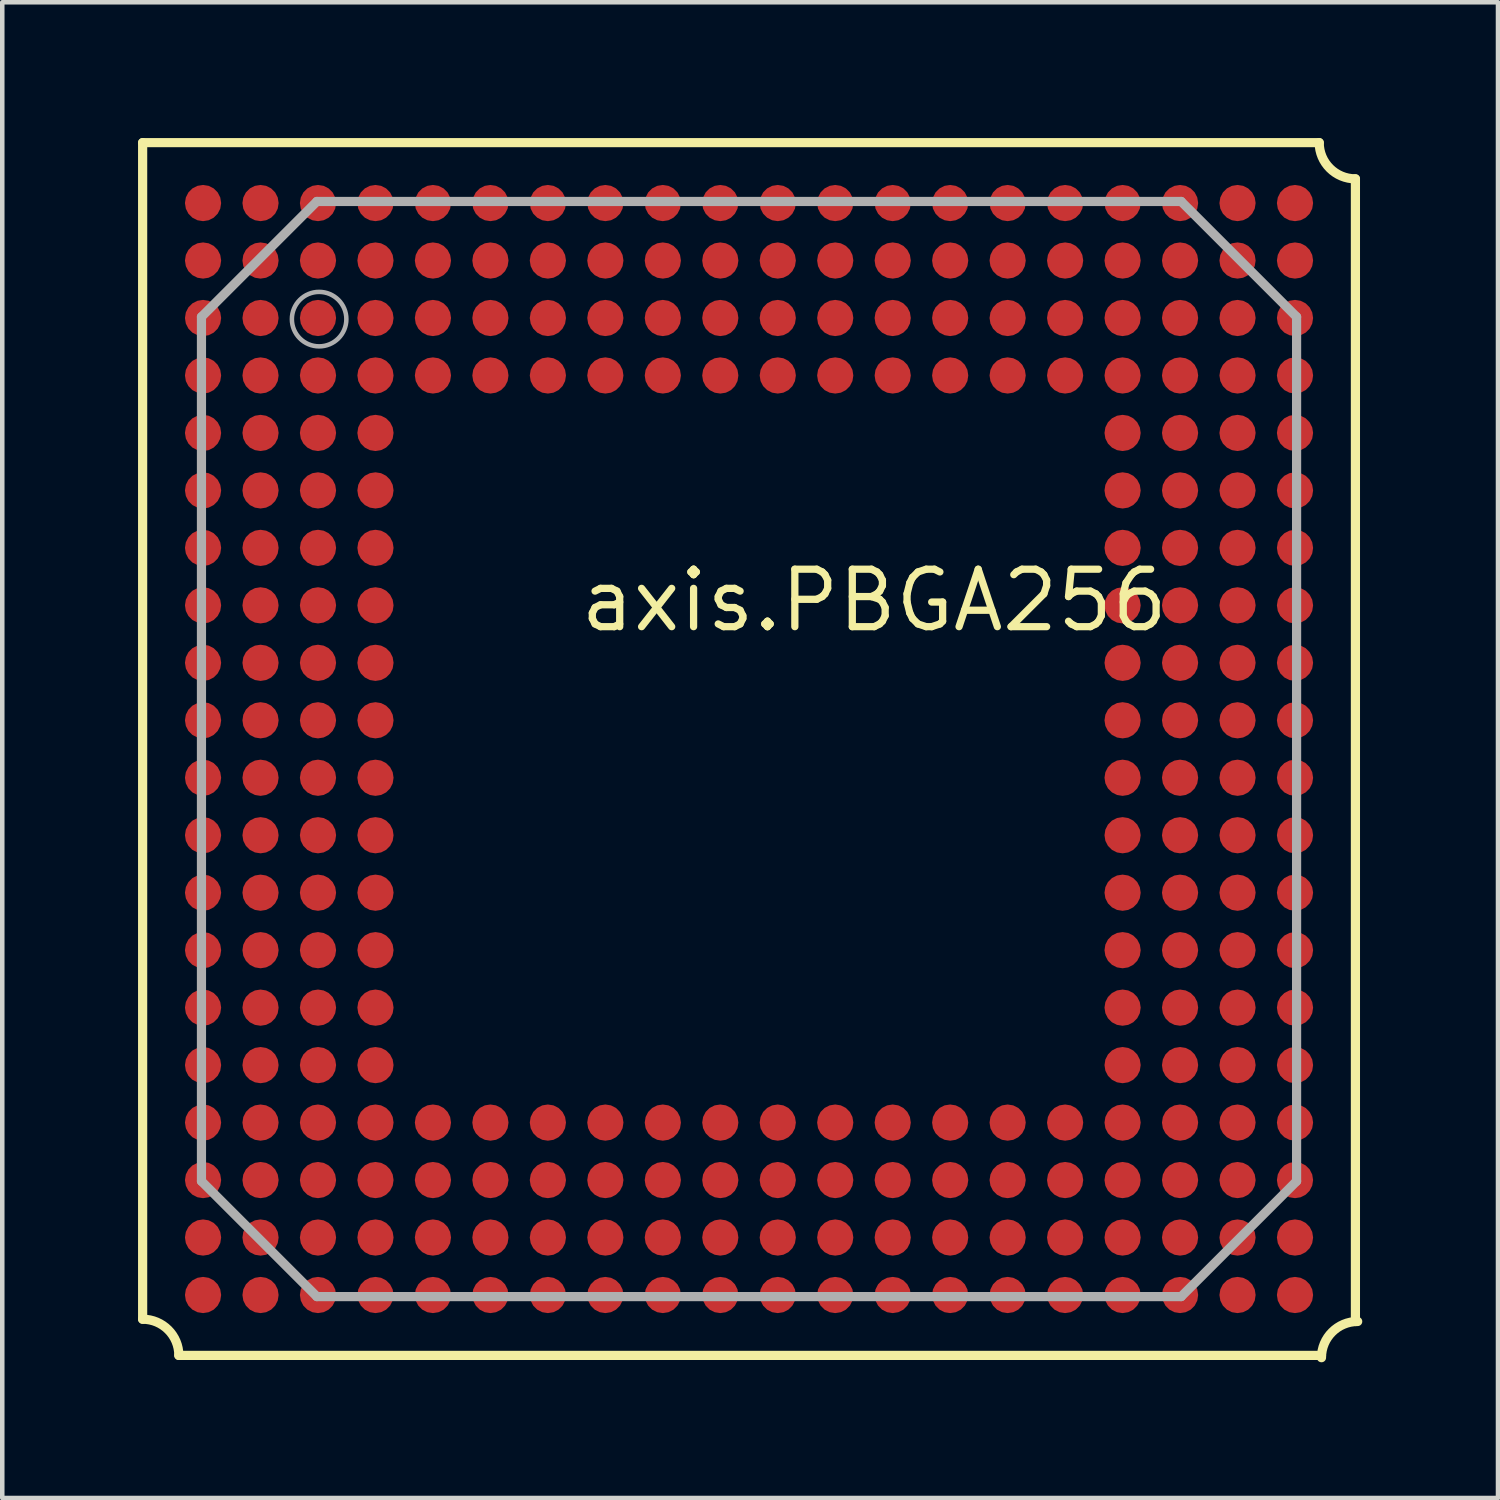
<source format=kicad_pcb>
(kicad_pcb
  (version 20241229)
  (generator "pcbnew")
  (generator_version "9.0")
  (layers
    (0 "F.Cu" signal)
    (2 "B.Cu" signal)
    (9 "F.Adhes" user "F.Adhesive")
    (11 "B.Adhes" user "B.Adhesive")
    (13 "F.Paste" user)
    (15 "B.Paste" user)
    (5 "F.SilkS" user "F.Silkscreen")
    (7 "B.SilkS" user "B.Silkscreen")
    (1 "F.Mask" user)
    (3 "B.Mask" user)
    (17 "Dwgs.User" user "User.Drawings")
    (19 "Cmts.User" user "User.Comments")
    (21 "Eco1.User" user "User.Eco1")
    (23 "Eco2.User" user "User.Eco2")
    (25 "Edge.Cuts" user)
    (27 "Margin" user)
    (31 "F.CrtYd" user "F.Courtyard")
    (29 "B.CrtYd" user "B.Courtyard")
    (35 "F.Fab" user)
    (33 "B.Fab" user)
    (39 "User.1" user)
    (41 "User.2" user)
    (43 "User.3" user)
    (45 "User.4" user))
  (footprint "axis.PBGA256"
    (layer "F.Cu")
    (at 13.502 13.502)
    (property "Reference" "axis.PBGA256" (at -3.81 -2.54 0) (layer "F.SilkS") (effects (font (size 1.27 1.27) (thickness 0.16)) (justify left bottom)))
    (attr smd)
    (fp_line (start -13.4 -13.4) (end 12.6 -13.4) (stroke (width 0.203) (type default)) (layer "F.SilkS"))
    (fp_line (start -13.4 12.6) (end -13.4 -13.4) (stroke (width 0.203) (type default)) (layer "F.SilkS"))
    (fp_line (start 12.65 13.4) (end -12.6 13.4) (stroke (width 0.203) (type default)) (layer "F.SilkS"))
    (fp_line (start 13.4 -12.6) (end 13.4 12.65) (stroke (width 0.203) (type default)) (layer "F.SilkS"))
    (fp_arc (start -13.4 12.6) (mid -12.834315 12.834315) (end -12.6 13.4) (stroke (width 0.2032) (type default)) (layer "F.SilkS"))
    (fp_arc (start 12.65 13.45) (mid 12.884315 12.884315) (end 13.45 12.65) (stroke (width 0.2032) (type default)) (layer "F.SilkS"))
    (fp_arc (start 13.4 -12.6) (mid 12.834315 -12.834315) (end 12.6 -13.4) (stroke (width 0.2032) (type default)) (layer "F.SilkS"))
    (fp_line (start -12.1 -9.55) (end -12.1 9.55) (stroke (width 0.203) (type default)) (layer "F.Fab"))
    (fp_line (start -12.1 9.55) (end -9.55 12.1) (stroke (width 0.203) (type default)) (layer "F.Fab"))
    (fp_line (start -9.55 -12.1) (end -12.1 -9.55) (stroke (width 0.203) (type default)) (layer "F.Fab"))
    (fp_line (start -9.55 12.1) (end 9.55 12.1) (stroke (width 0.203) (type default)) (layer "F.Fab"))
    (fp_line (start 9.55 -12.1) (end -9.55 -12.1) (stroke (width 0.203) (type default)) (layer "F.Fab"))
    (fp_line (start 9.55 12.1) (end 12.1 9.55) (stroke (width 0.203) (type default)) (layer "F.Fab"))
    (fp_line (start 12.1 -9.55) (end 9.55 -12.1) (stroke (width 0.203) (type default)) (layer "F.Fab"))
    (fp_line (start 12.1 9.55) (end 12.1 -9.55) (stroke (width 0.203) (type default)) (layer "F.Fab"))
    (fp_circle (center -9.5 -9.5) (end -8.898 -9.5) (stroke (width 0.1) (type default)) (fill no) (layer "F.Fab"))
    (pad "A1" smd roundrect (at -12.065 -12.065) (size 0.8 0.8) (layers "F.Cu" "F.Mask" "F.Paste") (roundrect_rratio 0.5))
    (pad "A2" smd roundrect (at -10.795 -12.065) (size 0.8 0.8) (layers "F.Cu" "F.Mask" "F.Paste") (roundrect_rratio 0.5))
    (pad "A3" smd roundrect (at -9.525 -12.065) (size 0.8 0.8) (layers "F.Cu" "F.Mask" "F.Paste") (roundrect_rratio 0.5))
    (pad "A4" smd roundrect (at -8.255 -12.065) (size 0.8 0.8) (layers "F.Cu" "F.Mask" "F.Paste") (roundrect_rratio 0.5))
    (pad "A5" smd roundrect (at -6.985 -12.065) (size 0.8 0.8) (layers "F.Cu" "F.Mask" "F.Paste") (roundrect_rratio 0.5))
    (pad "A6" smd roundrect (at -5.715 -12.065) (size 0.8 0.8) (layers "F.Cu" "F.Mask" "F.Paste") (roundrect_rratio 0.5))
    (pad "A7" smd roundrect (at -4.445 -12.065) (size 0.8 0.8) (layers "F.Cu" "F.Mask" "F.Paste") (roundrect_rratio 0.5))
    (pad "A8" smd roundrect (at -3.175 -12.065) (size 0.8 0.8) (layers "F.Cu" "F.Mask" "F.Paste") (roundrect_rratio 0.5))
    (pad "A9" smd roundrect (at -1.905 -12.065) (size 0.8 0.8) (layers "F.Cu" "F.Mask" "F.Paste") (roundrect_rratio 0.5))
    (pad "A10" smd roundrect (at -0.635 -12.065) (size 0.8 0.8) (layers "F.Cu" "F.Mask" "F.Paste") (roundrect_rratio 0.5))
    (pad "A11" smd roundrect (at 0.635 -12.065) (size 0.8 0.8) (layers "F.Cu" "F.Mask" "F.Paste") (roundrect_rratio 0.5))
    (pad "A12" smd roundrect (at 1.905 -12.065) (size 0.8 0.8) (layers "F.Cu" "F.Mask" "F.Paste") (roundrect_rratio 0.5))
    (pad "A13" smd roundrect (at 3.175 -12.065) (size 0.8 0.8) (layers "F.Cu" "F.Mask" "F.Paste") (roundrect_rratio 0.5))
    (pad "A14" smd roundrect (at 4.445 -12.065) (size 0.8 0.8) (layers "F.Cu" "F.Mask" "F.Paste") (roundrect_rratio 0.5))
    (pad "A15" smd roundrect (at 5.715 -12.065) (size 0.8 0.8) (layers "F.Cu" "F.Mask" "F.Paste") (roundrect_rratio 0.5))
    (pad "A16" smd roundrect (at 6.985 -12.065) (size 0.8 0.8) (layers "F.Cu" "F.Mask" "F.Paste") (roundrect_rratio 0.5))
    (pad "A17" smd roundrect (at 8.255 -12.065) (size 0.8 0.8) (layers "F.Cu" "F.Mask" "F.Paste") (roundrect_rratio 0.5))
    (pad "A18" smd roundrect (at 9.525 -12.065) (size 0.8 0.8) (layers "F.Cu" "F.Mask" "F.Paste") (roundrect_rratio 0.5))
    (pad "A19" smd roundrect (at 10.795 -12.065) (size 0.8 0.8) (layers "F.Cu" "F.Mask" "F.Paste") (roundrect_rratio 0.5))
    (pad "A20" smd roundrect (at 12.065 -12.065) (size 0.8 0.8) (layers "F.Cu" "F.Mask" "F.Paste") (roundrect_rratio 0.5))
    (pad "B1" smd roundrect (at -12.065 -10.795) (size 0.8 0.8) (layers "F.Cu" "F.Mask" "F.Paste") (roundrect_rratio 0.5))
    (pad "B2" smd roundrect (at -10.795 -10.795) (size 0.8 0.8) (layers "F.Cu" "F.Mask" "F.Paste") (roundrect_rratio 0.5))
    (pad "B3" smd roundrect (at -9.525 -10.795) (size 0.8 0.8) (layers "F.Cu" "F.Mask" "F.Paste") (roundrect_rratio 0.5))
    (pad "B4" smd roundrect (at -8.255 -10.795) (size 0.8 0.8) (layers "F.Cu" "F.Mask" "F.Paste") (roundrect_rratio 0.5))
    (pad "B5" smd roundrect (at -6.985 -10.795) (size 0.8 0.8) (layers "F.Cu" "F.Mask" "F.Paste") (roundrect_rratio 0.5))
    (pad "B6" smd roundrect (at -5.715 -10.795) (size 0.8 0.8) (layers "F.Cu" "F.Mask" "F.Paste") (roundrect_rratio 0.5))
    (pad "B7" smd roundrect (at -4.445 -10.795) (size 0.8 0.8) (layers "F.Cu" "F.Mask" "F.Paste") (roundrect_rratio 0.5))
    (pad "B8" smd roundrect (at -3.175 -10.795) (size 0.8 0.8) (layers "F.Cu" "F.Mask" "F.Paste") (roundrect_rratio 0.5))
    (pad "B9" smd roundrect (at -1.905 -10.795) (size 0.8 0.8) (layers "F.Cu" "F.Mask" "F.Paste") (roundrect_rratio 0.5))
    (pad "B10" smd roundrect (at -0.635 -10.795) (size 0.8 0.8) (layers "F.Cu" "F.Mask" "F.Paste") (roundrect_rratio 0.5))
    (pad "B11" smd roundrect (at 0.635 -10.795) (size 0.8 0.8) (layers "F.Cu" "F.Mask" "F.Paste") (roundrect_rratio 0.5))
    (pad "B12" smd roundrect (at 1.905 -10.795) (size 0.8 0.8) (layers "F.Cu" "F.Mask" "F.Paste") (roundrect_rratio 0.5))
    (pad "B13" smd roundrect (at 3.175 -10.795) (size 0.8 0.8) (layers "F.Cu" "F.Mask" "F.Paste") (roundrect_rratio 0.5))
    (pad "B14" smd roundrect (at 4.445 -10.795) (size 0.8 0.8) (layers "F.Cu" "F.Mask" "F.Paste") (roundrect_rratio 0.5))
    (pad "B15" smd roundrect (at 5.715 -10.795) (size 0.8 0.8) (layers "F.Cu" "F.Mask" "F.Paste") (roundrect_rratio 0.5))
    (pad "B16" smd roundrect (at 6.985 -10.795) (size 0.8 0.8) (layers "F.Cu" "F.Mask" "F.Paste") (roundrect_rratio 0.5))
    (pad "B17" smd roundrect (at 8.255 -10.795) (size 0.8 0.8) (layers "F.Cu" "F.Mask" "F.Paste") (roundrect_rratio 0.5))
    (pad "B18" smd roundrect (at 9.525 -10.795) (size 0.8 0.8) (layers "F.Cu" "F.Mask" "F.Paste") (roundrect_rratio 0.5))
    (pad "B19" smd roundrect (at 10.795 -10.795) (size 0.8 0.8) (layers "F.Cu" "F.Mask" "F.Paste") (roundrect_rratio 0.5))
    (pad "B20" smd roundrect (at 12.065 -10.795) (size 0.8 0.8) (layers "F.Cu" "F.Mask" "F.Paste") (roundrect_rratio 0.5))
    (pad "C1" smd roundrect (at -12.065 -9.525) (size 0.8 0.8) (layers "F.Cu" "F.Mask" "F.Paste") (roundrect_rratio 0.5))
    (pad "C2" smd roundrect (at -10.795 -9.525) (size 0.8 0.8) (layers "F.Cu" "F.Mask" "F.Paste") (roundrect_rratio 0.5))
    (pad "C3" smd roundrect (at -9.525 -9.525) (size 0.8 0.8) (layers "F.Cu" "F.Mask" "F.Paste") (roundrect_rratio 0.5))
    (pad "C4" smd roundrect (at -8.255 -9.525) (size 0.8 0.8) (layers "F.Cu" "F.Mask" "F.Paste") (roundrect_rratio 0.5))
    (pad "C5" smd roundrect (at -6.985 -9.525) (size 0.8 0.8) (layers "F.Cu" "F.Mask" "F.Paste") (roundrect_rratio 0.5))
    (pad "C6" smd roundrect (at -5.715 -9.525) (size 0.8 0.8) (layers "F.Cu" "F.Mask" "F.Paste") (roundrect_rratio 0.5))
    (pad "C7" smd roundrect (at -4.445 -9.525) (size 0.8 0.8) (layers "F.Cu" "F.Mask" "F.Paste") (roundrect_rratio 0.5))
    (pad "C8" smd roundrect (at -3.175 -9.525) (size 0.8 0.8) (layers "F.Cu" "F.Mask" "F.Paste") (roundrect_rratio 0.5))
    (pad "C9" smd roundrect (at -1.905 -9.525) (size 0.8 0.8) (layers "F.Cu" "F.Mask" "F.Paste") (roundrect_rratio 0.5))
    (pad "C10" smd roundrect (at -0.635 -9.525) (size 0.8 0.8) (layers "F.Cu" "F.Mask" "F.Paste") (roundrect_rratio 0.5))
    (pad "C11" smd roundrect (at 0.635 -9.525) (size 0.8 0.8) (layers "F.Cu" "F.Mask" "F.Paste") (roundrect_rratio 0.5))
    (pad "C12" smd roundrect (at 1.905 -9.525) (size 0.8 0.8) (layers "F.Cu" "F.Mask" "F.Paste") (roundrect_rratio 0.5))
    (pad "C13" smd roundrect (at 3.175 -9.525) (size 0.8 0.8) (layers "F.Cu" "F.Mask" "F.Paste") (roundrect_rratio 0.5))
    (pad "C14" smd roundrect (at 4.445 -9.525) (size 0.8 0.8) (layers "F.Cu" "F.Mask" "F.Paste") (roundrect_rratio 0.5))
    (pad "C15" smd roundrect (at 5.715 -9.525) (size 0.8 0.8) (layers "F.Cu" "F.Mask" "F.Paste") (roundrect_rratio 0.5))
    (pad "C16" smd roundrect (at 6.985 -9.525) (size 0.8 0.8) (layers "F.Cu" "F.Mask" "F.Paste") (roundrect_rratio 0.5))
    (pad "C17" smd roundrect (at 8.255 -9.525) (size 0.8 0.8) (layers "F.Cu" "F.Mask" "F.Paste") (roundrect_rratio 0.5))
    (pad "C18" smd roundrect (at 9.525 -9.525) (size 0.8 0.8) (layers "F.Cu" "F.Mask" "F.Paste") (roundrect_rratio 0.5))
    (pad "C19" smd roundrect (at 10.795 -9.525) (size 0.8 0.8) (layers "F.Cu" "F.Mask" "F.Paste") (roundrect_rratio 0.5))
    (pad "C20" smd roundrect (at 12.065 -9.525) (size 0.8 0.8) (layers "F.Cu" "F.Mask" "F.Paste") (roundrect_rratio 0.5))
    (pad "D1" smd roundrect (at -12.065 -8.255) (size 0.8 0.8) (layers "F.Cu" "F.Mask" "F.Paste") (roundrect_rratio 0.5))
    (pad "D2" smd roundrect (at -10.795 -8.255) (size 0.8 0.8) (layers "F.Cu" "F.Mask" "F.Paste") (roundrect_rratio 0.5))
    (pad "D3" smd roundrect (at -9.525 -8.255) (size 0.8 0.8) (layers "F.Cu" "F.Mask" "F.Paste") (roundrect_rratio 0.5))
    (pad "D4" smd roundrect (at -8.255 -8.255) (size 0.8 0.8) (layers "F.Cu" "F.Mask" "F.Paste") (roundrect_rratio 0.5))
    (pad "D5" smd roundrect (at -6.985 -8.255) (size 0.8 0.8) (layers "F.Cu" "F.Mask" "F.Paste") (roundrect_rratio 0.5))
    (pad "D6" smd roundrect (at -5.715 -8.255) (size 0.8 0.8) (layers "F.Cu" "F.Mask" "F.Paste") (roundrect_rratio 0.5))
    (pad "D7" smd roundrect (at -4.445 -8.255) (size 0.8 0.8) (layers "F.Cu" "F.Mask" "F.Paste") (roundrect_rratio 0.5))
    (pad "D8" smd roundrect (at -3.175 -8.255) (size 0.8 0.8) (layers "F.Cu" "F.Mask" "F.Paste") (roundrect_rratio 0.5))
    (pad "D9" smd roundrect (at -1.905 -8.255) (size 0.8 0.8) (layers "F.Cu" "F.Mask" "F.Paste") (roundrect_rratio 0.5))
    (pad "D10" smd roundrect (at -0.635 -8.255) (size 0.8 0.8) (layers "F.Cu" "F.Mask" "F.Paste") (roundrect_rratio 0.5))
    (pad "D11" smd roundrect (at 0.635 -8.255) (size 0.8 0.8) (layers "F.Cu" "F.Mask" "F.Paste") (roundrect_rratio 0.5))
    (pad "D12" smd roundrect (at 1.905 -8.255) (size 0.8 0.8) (layers "F.Cu" "F.Mask" "F.Paste") (roundrect_rratio 0.5))
    (pad "D13" smd roundrect (at 3.175 -8.255) (size 0.8 0.8) (layers "F.Cu" "F.Mask" "F.Paste") (roundrect_rratio 0.5))
    (pad "D14" smd roundrect (at 4.445 -8.255) (size 0.8 0.8) (layers "F.Cu" "F.Mask" "F.Paste") (roundrect_rratio 0.5))
    (pad "D15" smd roundrect (at 5.715 -8.255) (size 0.8 0.8) (layers "F.Cu" "F.Mask" "F.Paste") (roundrect_rratio 0.5))
    (pad "D16" smd roundrect (at 6.985 -8.255) (size 0.8 0.8) (layers "F.Cu" "F.Mask" "F.Paste") (roundrect_rratio 0.5))
    (pad "D17" smd roundrect (at 8.255 -8.255) (size 0.8 0.8) (layers "F.Cu" "F.Mask" "F.Paste") (roundrect_rratio 0.5))
    (pad "D18" smd roundrect (at 9.525 -8.255) (size 0.8 0.8) (layers "F.Cu" "F.Mask" "F.Paste") (roundrect_rratio 0.5))
    (pad "D19" smd roundrect (at 10.795 -8.255) (size 0.8 0.8) (layers "F.Cu" "F.Mask" "F.Paste") (roundrect_rratio 0.5))
    (pad "D20" smd roundrect (at 12.065 -8.255) (size 0.8 0.8) (layers "F.Cu" "F.Mask" "F.Paste") (roundrect_rratio 0.5))
    (pad "E1" smd roundrect (at -12.065 -6.985) (size 0.8 0.8) (layers "F.Cu" "F.Mask" "F.Paste") (roundrect_rratio 0.5))
    (pad "E2" smd roundrect (at -10.795 -6.985) (size 0.8 0.8) (layers "F.Cu" "F.Mask" "F.Paste") (roundrect_rratio 0.5))
    (pad "E3" smd roundrect (at -9.525 -6.985) (size 0.8 0.8) (layers "F.Cu" "F.Mask" "F.Paste") (roundrect_rratio 0.5))
    (pad "E4" smd roundrect (at -8.255 -6.985) (size 0.8 0.8) (layers "F.Cu" "F.Mask" "F.Paste") (roundrect_rratio 0.5))
    (pad "E17" smd roundrect (at 8.255 -6.985) (size 0.8 0.8) (layers "F.Cu" "F.Mask" "F.Paste") (roundrect_rratio 0.5))
    (pad "E18" smd roundrect (at 9.525 -6.985) (size 0.8 0.8) (layers "F.Cu" "F.Mask" "F.Paste") (roundrect_rratio 0.5))
    (pad "E19" smd roundrect (at 10.795 -6.985) (size 0.8 0.8) (layers "F.Cu" "F.Mask" "F.Paste") (roundrect_rratio 0.5))
    (pad "E20" smd roundrect (at 12.065 -6.985) (size 0.8 0.8) (layers "F.Cu" "F.Mask" "F.Paste") (roundrect_rratio 0.5))
    (pad "F1" smd roundrect (at -12.065 -5.715) (size 0.8 0.8) (layers "F.Cu" "F.Mask" "F.Paste") (roundrect_rratio 0.5))
    (pad "F2" smd roundrect (at -10.795 -5.715) (size 0.8 0.8) (layers "F.Cu" "F.Mask" "F.Paste") (roundrect_rratio 0.5))
    (pad "F3" smd roundrect (at -9.525 -5.715) (size 0.8 0.8) (layers "F.Cu" "F.Mask" "F.Paste") (roundrect_rratio 0.5))
    (pad "F4" smd roundrect (at -8.255 -5.715) (size 0.8 0.8) (layers "F.Cu" "F.Mask" "F.Paste") (roundrect_rratio 0.5))
    (pad "F17" smd roundrect (at 8.255 -5.715) (size 0.8 0.8) (layers "F.Cu" "F.Mask" "F.Paste") (roundrect_rratio 0.5))
    (pad "F18" smd roundrect (at 9.525 -5.715) (size 0.8 0.8) (layers "F.Cu" "F.Mask" "F.Paste") (roundrect_rratio 0.5))
    (pad "F19" smd roundrect (at 10.795 -5.715) (size 0.8 0.8) (layers "F.Cu" "F.Mask" "F.Paste") (roundrect_rratio 0.5))
    (pad "F20" smd roundrect (at 12.065 -5.715) (size 0.8 0.8) (layers "F.Cu" "F.Mask" "F.Paste") (roundrect_rratio 0.5))
    (pad "G1" smd roundrect (at -12.065 -4.445) (size 0.8 0.8) (layers "F.Cu" "F.Mask" "F.Paste") (roundrect_rratio 0.5))
    (pad "G2" smd roundrect (at -10.795 -4.445) (size 0.8 0.8) (layers "F.Cu" "F.Mask" "F.Paste") (roundrect_rratio 0.5))
    (pad "G3" smd roundrect (at -9.525 -4.445) (size 0.8 0.8) (layers "F.Cu" "F.Mask" "F.Paste") (roundrect_rratio 0.5))
    (pad "G4" smd roundrect (at -8.255 -4.445) (size 0.8 0.8) (layers "F.Cu" "F.Mask" "F.Paste") (roundrect_rratio 0.5))
    (pad "G17" smd roundrect (at 8.255 -4.445) (size 0.8 0.8) (layers "F.Cu" "F.Mask" "F.Paste") (roundrect_rratio 0.5))
    (pad "G18" smd roundrect (at 9.525 -4.445) (size 0.8 0.8) (layers "F.Cu" "F.Mask" "F.Paste") (roundrect_rratio 0.5))
    (pad "G19" smd roundrect (at 10.795 -4.445) (size 0.8 0.8) (layers "F.Cu" "F.Mask" "F.Paste") (roundrect_rratio 0.5))
    (pad "G20" smd roundrect (at 12.065 -4.445) (size 0.8 0.8) (layers "F.Cu" "F.Mask" "F.Paste") (roundrect_rratio 0.5))
    (pad "H1" smd roundrect (at -12.065 -3.175) (size 0.8 0.8) (layers "F.Cu" "F.Mask" "F.Paste") (roundrect_rratio 0.5))
    (pad "H2" smd roundrect (at -10.795 -3.175) (size 0.8 0.8) (layers "F.Cu" "F.Mask" "F.Paste") (roundrect_rratio 0.5))
    (pad "H3" smd roundrect (at -9.525 -3.175) (size 0.8 0.8) (layers "F.Cu" "F.Mask" "F.Paste") (roundrect_rratio 0.5))
    (pad "H4" smd roundrect (at -8.255 -3.175) (size 0.8 0.8) (layers "F.Cu" "F.Mask" "F.Paste") (roundrect_rratio 0.5))
    (pad "H17" smd roundrect (at 8.255 -3.175) (size 0.8 0.8) (layers "F.Cu" "F.Mask" "F.Paste") (roundrect_rratio 0.5))
    (pad "H18" smd roundrect (at 9.525 -3.175) (size 0.8 0.8) (layers "F.Cu" "F.Mask" "F.Paste") (roundrect_rratio 0.5))
    (pad "H19" smd roundrect (at 10.795 -3.175) (size 0.8 0.8) (layers "F.Cu" "F.Mask" "F.Paste") (roundrect_rratio 0.5))
    (pad "H20" smd roundrect (at 12.065 -3.175) (size 0.8 0.8) (layers "F.Cu" "F.Mask" "F.Paste") (roundrect_rratio 0.5))
    (pad "J1" smd roundrect (at -12.065 -1.905) (size 0.8 0.8) (layers "F.Cu" "F.Mask" "F.Paste") (roundrect_rratio 0.5))
    (pad "J2" smd roundrect (at -10.795 -1.905) (size 0.8 0.8) (layers "F.Cu" "F.Mask" "F.Paste") (roundrect_rratio 0.5))
    (pad "J3" smd roundrect (at -9.525 -1.905) (size 0.8 0.8) (layers "F.Cu" "F.Mask" "F.Paste") (roundrect_rratio 0.5))
    (pad "J4" smd roundrect (at -8.255 -1.905) (size 0.8 0.8) (layers "F.Cu" "F.Mask" "F.Paste") (roundrect_rratio 0.5))
    (pad "J17" smd roundrect (at 8.255 -1.905) (size 0.8 0.8) (layers "F.Cu" "F.Mask" "F.Paste") (roundrect_rratio 0.5))
    (pad "J18" smd roundrect (at 9.525 -1.905) (size 0.8 0.8) (layers "F.Cu" "F.Mask" "F.Paste") (roundrect_rratio 0.5))
    (pad "J19" smd roundrect (at 10.795 -1.905) (size 0.8 0.8) (layers "F.Cu" "F.Mask" "F.Paste") (roundrect_rratio 0.5))
    (pad "J20" smd roundrect (at 12.065 -1.905) (size 0.8 0.8) (layers "F.Cu" "F.Mask" "F.Paste") (roundrect_rratio 0.5))
    (pad "K1" smd roundrect (at -12.065 -0.635) (size 0.8 0.8) (layers "F.Cu" "F.Mask" "F.Paste") (roundrect_rratio 0.5))
    (pad "K2" smd roundrect (at -10.795 -0.635) (size 0.8 0.8) (layers "F.Cu" "F.Mask" "F.Paste") (roundrect_rratio 0.5))
    (pad "K3" smd roundrect (at -9.525 -0.635) (size 0.8 0.8) (layers "F.Cu" "F.Mask" "F.Paste") (roundrect_rratio 0.5))
    (pad "K4" smd roundrect (at -8.255 -0.635) (size 0.8 0.8) (layers "F.Cu" "F.Mask" "F.Paste") (roundrect_rratio 0.5))
    (pad "K17" smd roundrect (at 8.255 -0.635) (size 0.8 0.8) (layers "F.Cu" "F.Mask" "F.Paste") (roundrect_rratio 0.5))
    (pad "K18" smd roundrect (at 9.525 -0.635) (size 0.8 0.8) (layers "F.Cu" "F.Mask" "F.Paste") (roundrect_rratio 0.5))
    (pad "K19" smd roundrect (at 10.795 -0.635) (size 0.8 0.8) (layers "F.Cu" "F.Mask" "F.Paste") (roundrect_rratio 0.5))
    (pad "K20" smd roundrect (at 12.065 -0.635) (size 0.8 0.8) (layers "F.Cu" "F.Mask" "F.Paste") (roundrect_rratio 0.5))
    (pad "L1" smd roundrect (at -12.065 0.635) (size 0.8 0.8) (layers "F.Cu" "F.Mask" "F.Paste") (roundrect_rratio 0.5))
    (pad "L2" smd roundrect (at -10.795 0.635) (size 0.8 0.8) (layers "F.Cu" "F.Mask" "F.Paste") (roundrect_rratio 0.5))
    (pad "L3" smd roundrect (at -9.525 0.635) (size 0.8 0.8) (layers "F.Cu" "F.Mask" "F.Paste") (roundrect_rratio 0.5))
    (pad "L4" smd roundrect (at -8.255 0.635) (size 0.8 0.8) (layers "F.Cu" "F.Mask" "F.Paste") (roundrect_rratio 0.5))
    (pad "L17" smd roundrect (at 8.255 0.635) (size 0.8 0.8) (layers "F.Cu" "F.Mask" "F.Paste") (roundrect_rratio 0.5))
    (pad "L18" smd roundrect (at 9.525 0.635) (size 0.8 0.8) (layers "F.Cu" "F.Mask" "F.Paste") (roundrect_rratio 0.5))
    (pad "L19" smd roundrect (at 10.795 0.635) (size 0.8 0.8) (layers "F.Cu" "F.Mask" "F.Paste") (roundrect_rratio 0.5))
    (pad "L20" smd roundrect (at 12.065 0.635) (size 0.8 0.8) (layers "F.Cu" "F.Mask" "F.Paste") (roundrect_rratio 0.5))
    (pad "M1" smd roundrect (at -12.065 1.905) (size 0.8 0.8) (layers "F.Cu" "F.Mask" "F.Paste") (roundrect_rratio 0.5))
    (pad "M2" smd roundrect (at -10.795 1.905) (size 0.8 0.8) (layers "F.Cu" "F.Mask" "F.Paste") (roundrect_rratio 0.5))
    (pad "M3" smd roundrect (at -9.525 1.905) (size 0.8 0.8) (layers "F.Cu" "F.Mask" "F.Paste") (roundrect_rratio 0.5))
    (pad "M4" smd roundrect (at -8.255 1.905) (size 0.8 0.8) (layers "F.Cu" "F.Mask" "F.Paste") (roundrect_rratio 0.5))
    (pad "M17" smd roundrect (at 8.255 1.905) (size 0.8 0.8) (layers "F.Cu" "F.Mask" "F.Paste") (roundrect_rratio 0.5))
    (pad "M18" smd roundrect (at 9.525 1.905) (size 0.8 0.8) (layers "F.Cu" "F.Mask" "F.Paste") (roundrect_rratio 0.5))
    (pad "M19" smd roundrect (at 10.795 1.905) (size 0.8 0.8) (layers "F.Cu" "F.Mask" "F.Paste") (roundrect_rratio 0.5))
    (pad "M20" smd roundrect (at 12.065 1.905) (size 0.8 0.8) (layers "F.Cu" "F.Mask" "F.Paste") (roundrect_rratio 0.5))
    (pad "N1" smd roundrect (at -12.065 3.175) (size 0.8 0.8) (layers "F.Cu" "F.Mask" "F.Paste") (roundrect_rratio 0.5))
    (pad "N2" smd roundrect (at -10.795 3.175) (size 0.8 0.8) (layers "F.Cu" "F.Mask" "F.Paste") (roundrect_rratio 0.5))
    (pad "N3" smd roundrect (at -9.525 3.175) (size 0.8 0.8) (layers "F.Cu" "F.Mask" "F.Paste") (roundrect_rratio 0.5))
    (pad "N4" smd roundrect (at -8.255 3.175) (size 0.8 0.8) (layers "F.Cu" "F.Mask" "F.Paste") (roundrect_rratio 0.5))
    (pad "N17" smd roundrect (at 8.255 3.175) (size 0.8 0.8) (layers "F.Cu" "F.Mask" "F.Paste") (roundrect_rratio 0.5))
    (pad "N18" smd roundrect (at 9.525 3.175) (size 0.8 0.8) (layers "F.Cu" "F.Mask" "F.Paste") (roundrect_rratio 0.5))
    (pad "N19" smd roundrect (at 10.795 3.175) (size 0.8 0.8) (layers "F.Cu" "F.Mask" "F.Paste") (roundrect_rratio 0.5))
    (pad "N20" smd roundrect (at 12.065 3.175) (size 0.8 0.8) (layers "F.Cu" "F.Mask" "F.Paste") (roundrect_rratio 0.5))
    (pad "P1" smd roundrect (at -12.065 4.445) (size 0.8 0.8) (layers "F.Cu" "F.Mask" "F.Paste") (roundrect_rratio 0.5))
    (pad "P2" smd roundrect (at -10.795 4.445) (size 0.8 0.8) (layers "F.Cu" "F.Mask" "F.Paste") (roundrect_rratio 0.5))
    (pad "P3" smd roundrect (at -9.525 4.445) (size 0.8 0.8) (layers "F.Cu" "F.Mask" "F.Paste") (roundrect_rratio 0.5))
    (pad "P4" smd roundrect (at -8.255 4.445) (size 0.8 0.8) (layers "F.Cu" "F.Mask" "F.Paste") (roundrect_rratio 0.5))
    (pad "P17" smd roundrect (at 8.255 4.445) (size 0.8 0.8) (layers "F.Cu" "F.Mask" "F.Paste") (roundrect_rratio 0.5))
    (pad "P18" smd roundrect (at 9.525 4.445) (size 0.8 0.8) (layers "F.Cu" "F.Mask" "F.Paste") (roundrect_rratio 0.5))
    (pad "P19" smd roundrect (at 10.795 4.445) (size 0.8 0.8) (layers "F.Cu" "F.Mask" "F.Paste") (roundrect_rratio 0.5))
    (pad "P20" smd roundrect (at 12.065 4.445) (size 0.8 0.8) (layers "F.Cu" "F.Mask" "F.Paste") (roundrect_rratio 0.5))
    (pad "R1" smd roundrect (at -12.065 5.715) (size 0.8 0.8) (layers "F.Cu" "F.Mask" "F.Paste") (roundrect_rratio 0.5))
    (pad "R2" smd roundrect (at -10.795 5.715) (size 0.8 0.8) (layers "F.Cu" "F.Mask" "F.Paste") (roundrect_rratio 0.5))
    (pad "R3" smd roundrect (at -9.525 5.715) (size 0.8 0.8) (layers "F.Cu" "F.Mask" "F.Paste") (roundrect_rratio 0.5))
    (pad "R4" smd roundrect (at -8.255 5.715) (size 0.8 0.8) (layers "F.Cu" "F.Mask" "F.Paste") (roundrect_rratio 0.5))
    (pad "R17" smd roundrect (at 8.255 5.715) (size 0.8 0.8) (layers "F.Cu" "F.Mask" "F.Paste") (roundrect_rratio 0.5))
    (pad "R18" smd roundrect (at 9.525 5.715) (size 0.8 0.8) (layers "F.Cu" "F.Mask" "F.Paste") (roundrect_rratio 0.5))
    (pad "R19" smd roundrect (at 10.795 5.715) (size 0.8 0.8) (layers "F.Cu" "F.Mask" "F.Paste") (roundrect_rratio 0.5))
    (pad "R20" smd roundrect (at 12.065 5.715) (size 0.8 0.8) (layers "F.Cu" "F.Mask" "F.Paste") (roundrect_rratio 0.5))
    (pad "T1" smd roundrect (at -12.065 6.985) (size 0.8 0.8) (layers "F.Cu" "F.Mask" "F.Paste") (roundrect_rratio 0.5))
    (pad "T2" smd roundrect (at -10.795 6.985) (size 0.8 0.8) (layers "F.Cu" "F.Mask" "F.Paste") (roundrect_rratio 0.5))
    (pad "T3" smd roundrect (at -9.525 6.985) (size 0.8 0.8) (layers "F.Cu" "F.Mask" "F.Paste") (roundrect_rratio 0.5))
    (pad "T4" smd roundrect (at -8.255 6.985) (size 0.8 0.8) (layers "F.Cu" "F.Mask" "F.Paste") (roundrect_rratio 0.5))
    (pad "T17" smd roundrect (at 8.255 6.985) (size 0.8 0.8) (layers "F.Cu" "F.Mask" "F.Paste") (roundrect_rratio 0.5))
    (pad "T18" smd roundrect (at 9.525 6.985) (size 0.8 0.8) (layers "F.Cu" "F.Mask" "F.Paste") (roundrect_rratio 0.5))
    (pad "T19" smd roundrect (at 10.795 6.985) (size 0.8 0.8) (layers "F.Cu" "F.Mask" "F.Paste") (roundrect_rratio 0.5))
    (pad "T20" smd roundrect (at 12.065 6.985) (size 0.8 0.8) (layers "F.Cu" "F.Mask" "F.Paste") (roundrect_rratio 0.5))
    (pad "U1" smd roundrect (at -12.065 8.255) (size 0.8 0.8) (layers "F.Cu" "F.Mask" "F.Paste") (roundrect_rratio 0.5))
    (pad "U2" smd roundrect (at -10.795 8.255) (size 0.8 0.8) (layers "F.Cu" "F.Mask" "F.Paste") (roundrect_rratio 0.5))
    (pad "U3" smd roundrect (at -9.525 8.255) (size 0.8 0.8) (layers "F.Cu" "F.Mask" "F.Paste") (roundrect_rratio 0.5))
    (pad "U4" smd roundrect (at -8.255 8.255) (size 0.8 0.8) (layers "F.Cu" "F.Mask" "F.Paste") (roundrect_rratio 0.5))
    (pad "U5" smd roundrect (at -6.985 8.255) (size 0.8 0.8) (layers "F.Cu" "F.Mask" "F.Paste") (roundrect_rratio 0.5))
    (pad "U6" smd roundrect (at -5.715 8.255) (size 0.8 0.8) (layers "F.Cu" "F.Mask" "F.Paste") (roundrect_rratio 0.5))
    (pad "U7" smd roundrect (at -4.445 8.255) (size 0.8 0.8) (layers "F.Cu" "F.Mask" "F.Paste") (roundrect_rratio 0.5))
    (pad "U8" smd roundrect (at -3.175 8.255) (size 0.8 0.8) (layers "F.Cu" "F.Mask" "F.Paste") (roundrect_rratio 0.5))
    (pad "U9" smd roundrect (at -1.905 8.255) (size 0.8 0.8) (layers "F.Cu" "F.Mask" "F.Paste") (roundrect_rratio 0.5))
    (pad "U10" smd roundrect (at -0.635 8.255) (size 0.8 0.8) (layers "F.Cu" "F.Mask" "F.Paste") (roundrect_rratio 0.5))
    (pad "U11" smd roundrect (at 0.635 8.255) (size 0.8 0.8) (layers "F.Cu" "F.Mask" "F.Paste") (roundrect_rratio 0.5))
    (pad "U12" smd roundrect (at 1.905 8.255) (size 0.8 0.8) (layers "F.Cu" "F.Mask" "F.Paste") (roundrect_rratio 0.5))
    (pad "U13" smd roundrect (at 3.175 8.255) (size 0.8 0.8) (layers "F.Cu" "F.Mask" "F.Paste") (roundrect_rratio 0.5))
    (pad "U14" smd roundrect (at 4.445 8.255) (size 0.8 0.8) (layers "F.Cu" "F.Mask" "F.Paste") (roundrect_rratio 0.5))
    (pad "U15" smd roundrect (at 5.715 8.255) (size 0.8 0.8) (layers "F.Cu" "F.Mask" "F.Paste") (roundrect_rratio 0.5))
    (pad "U16" smd roundrect (at 6.985 8.255) (size 0.8 0.8) (layers "F.Cu" "F.Mask" "F.Paste") (roundrect_rratio 0.5))
    (pad "U17" smd roundrect (at 8.255 8.255) (size 0.8 0.8) (layers "F.Cu" "F.Mask" "F.Paste") (roundrect_rratio 0.5))
    (pad "U18" smd roundrect (at 9.525 8.255) (size 0.8 0.8) (layers "F.Cu" "F.Mask" "F.Paste") (roundrect_rratio 0.5))
    (pad "U19" smd roundrect (at 10.795 8.255) (size 0.8 0.8) (layers "F.Cu" "F.Mask" "F.Paste") (roundrect_rratio 0.5))
    (pad "U20" smd roundrect (at 12.065 8.255) (size 0.8 0.8) (layers "F.Cu" "F.Mask" "F.Paste") (roundrect_rratio 0.5))
    (pad "V1" smd roundrect (at -12.065 9.525) (size 0.8 0.8) (layers "F.Cu" "F.Mask" "F.Paste") (roundrect_rratio 0.5))
    (pad "V2" smd roundrect (at -10.795 9.525) (size 0.8 0.8) (layers "F.Cu" "F.Mask" "F.Paste") (roundrect_rratio 0.5))
    (pad "V3" smd roundrect (at -9.525 9.525) (size 0.8 0.8) (layers "F.Cu" "F.Mask" "F.Paste") (roundrect_rratio 0.5))
    (pad "V4" smd roundrect (at -8.255 9.525) (size 0.8 0.8) (layers "F.Cu" "F.Mask" "F.Paste") (roundrect_rratio 0.5))
    (pad "V5" smd roundrect (at -6.985 9.525) (size 0.8 0.8) (layers "F.Cu" "F.Mask" "F.Paste") (roundrect_rratio 0.5))
    (pad "V6" smd roundrect (at -5.715 9.525) (size 0.8 0.8) (layers "F.Cu" "F.Mask" "F.Paste") (roundrect_rratio 0.5))
    (pad "V7" smd roundrect (at -4.445 9.525) (size 0.8 0.8) (layers "F.Cu" "F.Mask" "F.Paste") (roundrect_rratio 0.5))
    (pad "V8" smd roundrect (at -3.175 9.525) (size 0.8 0.8) (layers "F.Cu" "F.Mask" "F.Paste") (roundrect_rratio 0.5))
    (pad "V9" smd roundrect (at -1.905 9.525) (size 0.8 0.8) (layers "F.Cu" "F.Mask" "F.Paste") (roundrect_rratio 0.5))
    (pad "V10" smd roundrect (at -0.635 9.525) (size 0.8 0.8) (layers "F.Cu" "F.Mask" "F.Paste") (roundrect_rratio 0.5))
    (pad "V11" smd roundrect (at 0.635 9.525) (size 0.8 0.8) (layers "F.Cu" "F.Mask" "F.Paste") (roundrect_rratio 0.5))
    (pad "V12" smd roundrect (at 1.905 9.525) (size 0.8 0.8) (layers "F.Cu" "F.Mask" "F.Paste") (roundrect_rratio 0.5))
    (pad "V13" smd roundrect (at 3.175 9.525) (size 0.8 0.8) (layers "F.Cu" "F.Mask" "F.Paste") (roundrect_rratio 0.5))
    (pad "V14" smd roundrect (at 4.445 9.525) (size 0.8 0.8) (layers "F.Cu" "F.Mask" "F.Paste") (roundrect_rratio 0.5))
    (pad "V15" smd roundrect (at 5.715 9.525) (size 0.8 0.8) (layers "F.Cu" "F.Mask" "F.Paste") (roundrect_rratio 0.5))
    (pad "V16" smd roundrect (at 6.985 9.525) (size 0.8 0.8) (layers "F.Cu" "F.Mask" "F.Paste") (roundrect_rratio 0.5))
    (pad "V17" smd roundrect (at 8.255 9.525) (size 0.8 0.8) (layers "F.Cu" "F.Mask" "F.Paste") (roundrect_rratio 0.5))
    (pad "V18" smd roundrect (at 9.525 9.525) (size 0.8 0.8) (layers "F.Cu" "F.Mask" "F.Paste") (roundrect_rratio 0.5))
    (pad "V19" smd roundrect (at 10.795 9.525) (size 0.8 0.8) (layers "F.Cu" "F.Mask" "F.Paste") (roundrect_rratio 0.5))
    (pad "V20" smd roundrect (at 12.065 9.525) (size 0.8 0.8) (layers "F.Cu" "F.Mask" "F.Paste") (roundrect_rratio 0.5))
    (pad "W1" smd roundrect (at -12.065 10.795) (size 0.8 0.8) (layers "F.Cu" "F.Mask" "F.Paste") (roundrect_rratio 0.5))
    (pad "W2" smd roundrect (at -10.795 10.795) (size 0.8 0.8) (layers "F.Cu" "F.Mask" "F.Paste") (roundrect_rratio 0.5))
    (pad "W3" smd roundrect (at -9.525 10.795) (size 0.8 0.8) (layers "F.Cu" "F.Mask" "F.Paste") (roundrect_rratio 0.5))
    (pad "W4" smd roundrect (at -8.255 10.795) (size 0.8 0.8) (layers "F.Cu" "F.Mask" "F.Paste") (roundrect_rratio 0.5))
    (pad "W5" smd roundrect (at -6.985 10.795) (size 0.8 0.8) (layers "F.Cu" "F.Mask" "F.Paste") (roundrect_rratio 0.5))
    (pad "W6" smd roundrect (at -5.715 10.795) (size 0.8 0.8) (layers "F.Cu" "F.Mask" "F.Paste") (roundrect_rratio 0.5))
    (pad "W7" smd roundrect (at -4.445 10.795) (size 0.8 0.8) (layers "F.Cu" "F.Mask" "F.Paste") (roundrect_rratio 0.5))
    (pad "W8" smd roundrect (at -3.175 10.795) (size 0.8 0.8) (layers "F.Cu" "F.Mask" "F.Paste") (roundrect_rratio 0.5))
    (pad "W9" smd roundrect (at -1.905 10.795) (size 0.8 0.8) (layers "F.Cu" "F.Mask" "F.Paste") (roundrect_rratio 0.5))
    (pad "W10" smd roundrect (at -0.635 10.795) (size 0.8 0.8) (layers "F.Cu" "F.Mask" "F.Paste") (roundrect_rratio 0.5))
    (pad "W11" smd roundrect (at 0.635 10.795) (size 0.8 0.8) (layers "F.Cu" "F.Mask" "F.Paste") (roundrect_rratio 0.5))
    (pad "W12" smd roundrect (at 1.905 10.795) (size 0.8 0.8) (layers "F.Cu" "F.Mask" "F.Paste") (roundrect_rratio 0.5))
    (pad "W13" smd roundrect (at 3.175 10.795) (size 0.8 0.8) (layers "F.Cu" "F.Mask" "F.Paste") (roundrect_rratio 0.5))
    (pad "W14" smd roundrect (at 4.445 10.795) (size 0.8 0.8) (layers "F.Cu" "F.Mask" "F.Paste") (roundrect_rratio 0.5))
    (pad "W15" smd roundrect (at 5.715 10.795) (size 0.8 0.8) (layers "F.Cu" "F.Mask" "F.Paste") (roundrect_rratio 0.5))
    (pad "W16" smd roundrect (at 6.985 10.795) (size 0.8 0.8) (layers "F.Cu" "F.Mask" "F.Paste") (roundrect_rratio 0.5))
    (pad "W17" smd roundrect (at 8.255 10.795) (size 0.8 0.8) (layers "F.Cu" "F.Mask" "F.Paste") (roundrect_rratio 0.5))
    (pad "W18" smd roundrect (at 9.525 10.795) (size 0.8 0.8) (layers "F.Cu" "F.Mask" "F.Paste") (roundrect_rratio 0.5))
    (pad "W19" smd roundrect (at 10.795 10.795) (size 0.8 0.8) (layers "F.Cu" "F.Mask" "F.Paste") (roundrect_rratio 0.5))
    (pad "W20" smd roundrect (at 12.065 10.795) (size 0.8 0.8) (layers "F.Cu" "F.Mask" "F.Paste") (roundrect_rratio 0.5))
    (pad "Y1" smd roundrect (at -12.065 12.065) (size 0.8 0.8) (layers "F.Cu" "F.Mask" "F.Paste") (roundrect_rratio 0.5))
    (pad "Y2" smd roundrect (at -10.795 12.065) (size 0.8 0.8) (layers "F.Cu" "F.Mask" "F.Paste") (roundrect_rratio 0.5))
    (pad "Y3" smd roundrect (at -9.525 12.065) (size 0.8 0.8) (layers "F.Cu" "F.Mask" "F.Paste") (roundrect_rratio 0.5))
    (pad "Y4" smd roundrect (at -8.255 12.065) (size 0.8 0.8) (layers "F.Cu" "F.Mask" "F.Paste") (roundrect_rratio 0.5))
    (pad "Y5" smd roundrect (at -6.985 12.065) (size 0.8 0.8) (layers "F.Cu" "F.Mask" "F.Paste") (roundrect_rratio 0.5))
    (pad "Y6" smd roundrect (at -5.715 12.065) (size 0.8 0.8) (layers "F.Cu" "F.Mask" "F.Paste") (roundrect_rratio 0.5))
    (pad "Y7" smd roundrect (at -4.445 12.065) (size 0.8 0.8) (layers "F.Cu" "F.Mask" "F.Paste") (roundrect_rratio 0.5))
    (pad "Y8" smd roundrect (at -3.175 12.065) (size 0.8 0.8) (layers "F.Cu" "F.Mask" "F.Paste") (roundrect_rratio 0.5))
    (pad "Y9" smd roundrect (at -1.905 12.065) (size 0.8 0.8) (layers "F.Cu" "F.Mask" "F.Paste") (roundrect_rratio 0.5))
    (pad "Y10" smd roundrect (at -0.635 12.065) (size 0.8 0.8) (layers "F.Cu" "F.Mask" "F.Paste") (roundrect_rratio 0.5))
    (pad "Y11" smd roundrect (at 0.635 12.065) (size 0.8 0.8) (layers "F.Cu" "F.Mask" "F.Paste") (roundrect_rratio 0.5))
    (pad "Y12" smd roundrect (at 1.905 12.065) (size 0.8 0.8) (layers "F.Cu" "F.Mask" "F.Paste") (roundrect_rratio 0.5))
    (pad "Y13" smd roundrect (at 3.175 12.065) (size 0.8 0.8) (layers "F.Cu" "F.Mask" "F.Paste") (roundrect_rratio 0.5))
    (pad "Y14" smd roundrect (at 4.445 12.065) (size 0.8 0.8) (layers "F.Cu" "F.Mask" "F.Paste") (roundrect_rratio 0.5))
    (pad "Y15" smd roundrect (at 5.715 12.065) (size 0.8 0.8) (layers "F.Cu" "F.Mask" "F.Paste") (roundrect_rratio 0.5))
    (pad "Y16" smd roundrect (at 6.985 12.065) (size 0.8 0.8) (layers "F.Cu" "F.Mask" "F.Paste") (roundrect_rratio 0.5))
    (pad "Y17" smd roundrect (at 8.255 12.065) (size 0.8 0.8) (layers "F.Cu" "F.Mask" "F.Paste") (roundrect_rratio 0.5))
    (pad "Y18" smd roundrect (at 9.525 12.065) (size 0.8 0.8) (layers "F.Cu" "F.Mask" "F.Paste") (roundrect_rratio 0.5))
    (pad "Y19" smd roundrect (at 10.795 12.065) (size 0.8 0.8) (layers "F.Cu" "F.Mask" "F.Paste") (roundrect_rratio 0.5))
    (pad "Y20" smd roundrect (at 12.065 12.065) (size 0.8 0.8) (layers "F.Cu" "F.Mask" "F.Paste") (roundrect_rratio 0.5)))
  (gr_rect
    (start -3 -3)
    (end 30.053 30.053)
    (stroke (width 0.1) (type default))
    (fill no)
    (layer "Edge.Cuts")))
</source>
